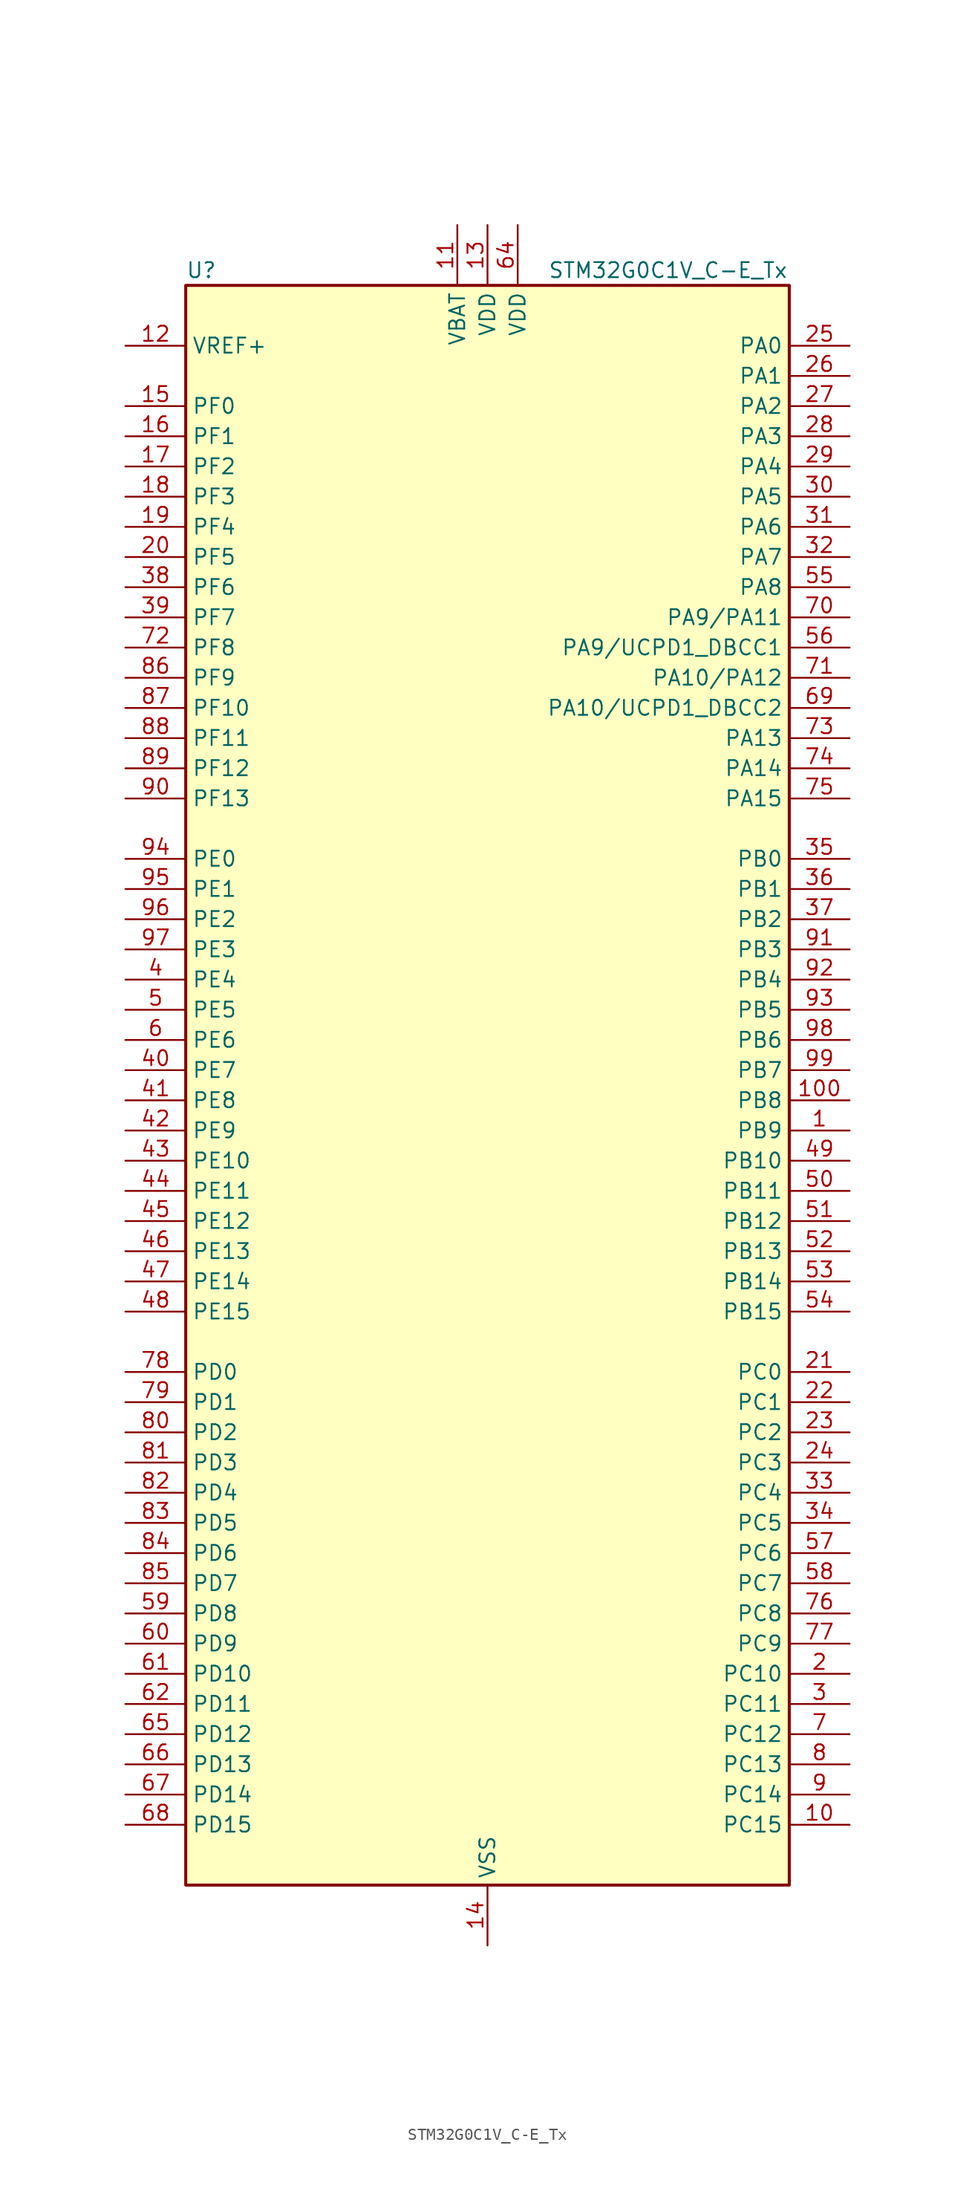
<source format=kicad_sym>
(kicad_symbol_lib
  (version 20241209)
  (generator "kicad_symbol_editor")
  (generator_version "9.0")
  (symbol "STM32G0C1V_C-E_Tx"
    (property "Reference" "U"
      (at -25.4 69.85 0)
      (effects (font (size 1.27 1.27)) (justify left)))
    (property "Value" "STM32G0C1V_C-E_Tx"
      (at 5.08 69.85 0)
      (effects (font (size 1.27 1.27)) (justify left)))
    (symbol "STM32G0C1V_C-E_Tx_0_1"
      (rectangle (start -25.4 -66.04) (end 25.4 68.58) (stroke (width 0.254) (type default)) (fill (type background))))
    (symbol "STM32G0C1V_C-E_Tx_1_1"
      (pin input line (at -30.48 63.5 0) (length 5.08) (name "VREF+" (effects (font (size 1.27 1.27)))) (number "12" (effects (font (size 1.27 1.27)))) (alternate "VREFBUF_OUT" bidirectional line))
      (pin bidirectional line (at -30.48 58.42 0) (length 5.08) (name "PF0" (effects (font (size 1.27 1.27)))) (number "15" (effects (font (size 1.27 1.27)))) (alternate "CRS1_SYNC" bidirectional line) (alternate "RCC_OSC_IN" bidirectional line) (alternate "TIM14_CH1" bidirectional line))
      (pin bidirectional line (at -30.48 55.88 0) (length 5.08) (name "PF1" (effects (font (size 1.27 1.27)))) (number "16" (effects (font (size 1.27 1.27)))) (alternate "RCC_OSC_EN" bidirectional line) (alternate "RCC_OSC_OUT" bidirectional line) (alternate "TIM15_CH1N" bidirectional line))
      (pin bidirectional line (at -30.48 53.34 0) (length 5.08) (name "PF2" (effects (font (size 1.27 1.27)))) (number "17" (effects (font (size 1.27 1.27)))) (alternate "LPUART2_DE" bidirectional line) (alternate "LPUART2_RTS" bidirectional line) (alternate "LPUART2_TX" bidirectional line) (alternate "RCC_MCO" bidirectional line))
      (pin bidirectional line (at -30.48 50.8 0) (length 5.08) (name "PF3" (effects (font (size 1.27 1.27)))) (number "18" (effects (font (size 1.27 1.27)))) (alternate "LPUART2_RX" bidirectional line) (alternate "USART6_CK" bidirectional line) (alternate "USART6_DE" bidirectional line) (alternate "USART6_RTS" bidirectional line))
      (pin bidirectional line (at -30.48 48.26 0) (length 5.08) (name "PF4" (effects (font (size 1.27 1.27)))) (number "19" (effects (font (size 1.27 1.27)))) (alternate "LPUART1_TX" bidirectional line))
      (pin bidirectional line (at -30.48 45.72 0) (length 5.08) (name "PF5" (effects (font (size 1.27 1.27)))) (number "20" (effects (font (size 1.27 1.27)))) (alternate "LPUART1_RX" bidirectional line))
      (pin bidirectional line (at -30.48 43.18 0) (length 5.08) (name "PF6" (effects (font (size 1.27 1.27)))) (number "38" (effects (font (size 1.27 1.27)))) (alternate "LPUART1_DE" bidirectional line) (alternate "LPUART1_RTS" bidirectional line))
      (pin bidirectional line (at -30.48 40.64 0) (length 5.08) (name "PF7" (effects (font (size 1.27 1.27)))) (number "39" (effects (font (size 1.27 1.27)))) (alternate "LPUART1_CTS" bidirectional line) (alternate "USART5_CTS" bidirectional line) (alternate "USART5_NSS" bidirectional line))
      (pin bidirectional line (at -30.48 38.1 0) (length 5.08) (name "PF8" (effects (font (size 1.27 1.27)))) (number "72" (effects (font (size 1.27 1.27)))))
      (pin bidirectional line (at -30.48 35.56 0) (length 5.08) (name "PF9" (effects (font (size 1.27 1.27)))) (number "86" (effects (font (size 1.27 1.27)))) (alternate "DAC1_EXTI9" bidirectional line) (alternate "USART6_TX" bidirectional line))
      (pin bidirectional line (at -30.48 33.02 0) (length 5.08) (name "PF10" (effects (font (size 1.27 1.27)))) (number "87" (effects (font (size 1.27 1.27)))) (alternate "USART6_RX" bidirectional line))
      (pin bidirectional line (at -30.48 30.48 0) (length 5.08) (name "PF11" (effects (font (size 1.27 1.27)))) (number "88" (effects (font (size 1.27 1.27)))) (alternate "ADC1_EXTI11" bidirectional line) (alternate "USART6_CK" bidirectional line) (alternate "USART6_DE" bidirectional line) (alternate "USART6_RTS" bidirectional line))
      (pin bidirectional line (at -30.48 27.94 0) (length 5.08) (name "PF12" (effects (font (size 1.27 1.27)))) (number "89" (effects (font (size 1.27 1.27)))) (alternate "TIM15_CH1" bidirectional line) (alternate "USART6_CTS" bidirectional line) (alternate "USART6_NSS" bidirectional line))
      (pin bidirectional line (at -30.48 25.4 0) (length 5.08) (name "PF13" (effects (font (size 1.27 1.27)))) (number "90" (effects (font (size 1.27 1.27)))) (alternate "TIM15_CH2" bidirectional line))
      (pin bidirectional line (at -30.48 20.32 0) (length 5.08) (name "PE0" (effects (font (size 1.27 1.27)))) (number "94" (effects (font (size 1.27 1.27)))) (alternate "TIM16_CH1" bidirectional line) (alternate "TIM4_ETR" bidirectional line))
      (pin bidirectional line (at -30.48 17.78 0) (length 5.08) (name "PE1" (effects (font (size 1.27 1.27)))) (number "95" (effects (font (size 1.27 1.27)))) (alternate "TIM17_CH1" bidirectional line))
      (pin bidirectional line (at -30.48 15.24 0) (length 5.08) (name "PE2" (effects (font (size 1.27 1.27)))) (number "96" (effects (font (size 1.27 1.27)))) (alternate "TIM3_ETR" bidirectional line))
      (pin bidirectional line (at -30.48 12.7 0) (length 5.08) (name "PE3" (effects (font (size 1.27 1.27)))) (number "97" (effects (font (size 1.27 1.27)))) (alternate "TIM3_CH1" bidirectional line))
      (pin bidirectional line (at -30.48 10.16 0) (length 5.08) (name "PE4" (effects (font (size 1.27 1.27)))) (number "4" (effects (font (size 1.27 1.27)))) (alternate "TIM3_CH2" bidirectional line))
      (pin bidirectional line (at -30.48 7.62 0) (length 5.08) (name "PE5" (effects (font (size 1.27 1.27)))) (number "5" (effects (font (size 1.27 1.27)))) (alternate "TIM3_CH3" bidirectional line))
      (pin bidirectional line (at -30.48 5.08 0) (length 5.08) (name "PE6" (effects (font (size 1.27 1.27)))) (number "6" (effects (font (size 1.27 1.27)))) (alternate "RTC_TAMP_IN3" bidirectional line) (alternate "SYS_WKUP3" bidirectional line) (alternate "TIM3_CH4" bidirectional line))
      (pin bidirectional line (at -30.48 2.54 0) (length 5.08) (name "PE7" (effects (font (size 1.27 1.27)))) (number "40" (effects (font (size 1.27 1.27)))) (alternate "COMP3_INP" bidirectional line) (alternate "TIM1_ETR" bidirectional line) (alternate "USART5_CK" bidirectional line) (alternate "USART5_DE" bidirectional line) (alternate "USART5_RTS" bidirectional line))
      (pin bidirectional line (at -30.48 0 0) (length 5.08) (name "PE8" (effects (font (size 1.27 1.27)))) (number "41" (effects (font (size 1.27 1.27)))) (alternate "COMP3_INM" bidirectional line) (alternate "TIM1_CH1N" bidirectional line) (alternate "USART4_TX" bidirectional line))
      (pin bidirectional line (at -30.48 -2.54 0) (length 5.08) (name "PE9" (effects (font (size 1.27 1.27)))) (number "42" (effects (font (size 1.27 1.27)))) (alternate "DAC1_EXTI9" bidirectional line) (alternate "TIM1_CH1" bidirectional line) (alternate "USART4_RX" bidirectional line))
      (pin bidirectional line (at -30.48 -5.08 0) (length 5.08) (name "PE10" (effects (font (size 1.27 1.27)))) (number "43" (effects (font (size 1.27 1.27)))) (alternate "TIM1_CH2N" bidirectional line) (alternate "USART5_TX" bidirectional line))
      (pin bidirectional line (at -30.48 -7.62 0) (length 5.08) (name "PE11" (effects (font (size 1.27 1.27)))) (number "44" (effects (font (size 1.27 1.27)))) (alternate "ADC1_EXTI11" bidirectional line) (alternate "TIM1_CH2" bidirectional line) (alternate "USART5_RX" bidirectional line))
      (pin bidirectional line (at -30.48 -10.16 0) (length 5.08) (name "PE12" (effects (font (size 1.27 1.27)))) (number "45" (effects (font (size 1.27 1.27)))) (alternate "I2S1_WS" bidirectional line) (alternate "SPI1_NSS" bidirectional line) (alternate "TIM1_CH3N" bidirectional line))
      (pin bidirectional line (at -30.48 -12.7 0) (length 5.08) (name "PE13" (effects (font (size 1.27 1.27)))) (number "46" (effects (font (size 1.27 1.27)))) (alternate "I2S1_CK" bidirectional line) (alternate "SPI1_SCK" bidirectional line) (alternate "TIM1_CH3" bidirectional line))
      (pin bidirectional line (at -30.48 -15.24 0) (length 5.08) (name "PE14" (effects (font (size 1.27 1.27)))) (number "47" (effects (font (size 1.27 1.27)))) (alternate "I2S1_MCK" bidirectional line) (alternate "SPI1_MISO" bidirectional line) (alternate "TIM1_BK2" bidirectional line) (alternate "TIM1_CH4" bidirectional line))
      (pin bidirectional line (at -30.48 -17.78 0) (length 5.08) (name "PE15" (effects (font (size 1.27 1.27)))) (number "48" (effects (font (size 1.27 1.27)))) (alternate "I2S1_SD" bidirectional line) (alternate "SPI1_MOSI" bidirectional line) (alternate "TIM1_BK" bidirectional line))
      (pin bidirectional line (at -30.48 -22.86 0) (length 5.08) (name "PD0" (effects (font (size 1.27 1.27)))) (number "78" (effects (font (size 1.27 1.27)))) (alternate "FDCAN1_RX" bidirectional line) (alternate "I2S2_WS" bidirectional line) (alternate "SPI2_NSS" bidirectional line) (alternate "TIM16_CH1" bidirectional line) (alternate "UCPD2_CC1" bidirectional line))
      (pin bidirectional line (at -30.48 -25.4 0) (length 5.08) (name "PD1" (effects (font (size 1.27 1.27)))) (number "79" (effects (font (size 1.27 1.27)))) (alternate "FDCAN1_TX" bidirectional line) (alternate "I2S2_CK" bidirectional line) (alternate "SPI2_SCK" bidirectional line) (alternate "TIM17_CH1" bidirectional line) (alternate "UCPD2_DBCC1" bidirectional line))
      (pin bidirectional line (at -30.48 -27.94 0) (length 5.08) (name "PD2" (effects (font (size 1.27 1.27)))) (number "80" (effects (font (size 1.27 1.27)))) (alternate "TIM1_CH1N" bidirectional line) (alternate "TIM3_ETR" bidirectional line) (alternate "UCPD2_CC2" bidirectional line) (alternate "USART3_CK" bidirectional line) (alternate "USART3_DE" bidirectional line) (alternate "USART3_RTS" bidirectional line) (alternate "USART5_RX" bidirectional line))
      (pin bidirectional line (at -30.48 -30.48 0) (length 5.08) (name "PD3" (effects (font (size 1.27 1.27)))) (number "81" (effects (font (size 1.27 1.27)))) (alternate "I2S2_MCK" bidirectional line) (alternate "SPI2_MISO" bidirectional line) (alternate "TIM1_CH2N" bidirectional line) (alternate "UCPD2_DBCC2" bidirectional line) (alternate "USART2_CTS" bidirectional line) (alternate "USART2_NSS" bidirectional line) (alternate "USART5_TX" bidirectional line))
      (pin bidirectional line (at -30.48 -33.02 0) (length 5.08) (name "PD4" (effects (font (size 1.27 1.27)))) (number "82" (effects (font (size 1.27 1.27)))) (alternate "I2S2_SD" bidirectional line) (alternate "SPI2_MOSI" bidirectional line) (alternate "TIM1_CH3N" bidirectional line) (alternate "USART2_CK" bidirectional line) (alternate "USART2_DE" bidirectional line) (alternate "USART2_RTS" bidirectional line) (alternate "USART5_CK" bidirectional line) (alternate "USART5_DE" bidirectional line) (alternate "USART5_RTS" bidirectional line))
      (pin bidirectional line (at -30.48 -35.56 0) (length 5.08) (name "PD5" (effects (font (size 1.27 1.27)))) (number "83" (effects (font (size 1.27 1.27)))) (alternate "I2S1_MCK" bidirectional line) (alternate "SPI1_MISO" bidirectional line) (alternate "TIM1_BK" bidirectional line) (alternate "USART2_TX" bidirectional line) (alternate "USART5_CTS" bidirectional line) (alternate "USART5_NSS" bidirectional line))
      (pin bidirectional line (at -30.48 -38.1 0) (length 5.08) (name "PD6" (effects (font (size 1.27 1.27)))) (number "84" (effects (font (size 1.27 1.27)))) (alternate "I2S1_SD" bidirectional line) (alternate "LPTIM2_OUT" bidirectional line) (alternate "SPI1_MOSI" bidirectional line) (alternate "USART2_RX" bidirectional line))
      (pin bidirectional line (at -30.48 -40.64 0) (length 5.08) (name "PD7" (effects (font (size 1.27 1.27)))) (number "85" (effects (font (size 1.27 1.27)))) (alternate "RCC_MCO_2" bidirectional line))
      (pin bidirectional line (at -30.48 -43.18 0) (length 5.08) (name "PD8" (effects (font (size 1.27 1.27)))) (number "59" (effects (font (size 1.27 1.27)))) (alternate "I2S1_CK" bidirectional line) (alternate "LPTIM1_OUT" bidirectional line) (alternate "SPI1_SCK" bidirectional line) (alternate "USART3_TX" bidirectional line))
      (pin bidirectional line (at -30.48 -45.72 0) (length 5.08) (name "PD9" (effects (font (size 1.27 1.27)))) (number "60" (effects (font (size 1.27 1.27)))) (alternate "DAC1_EXTI9" bidirectional line) (alternate "I2S1_WS" bidirectional line) (alternate "SPI1_NSS" bidirectional line) (alternate "TIM1_BK2" bidirectional line) (alternate "USART3_RX" bidirectional line))
      (pin bidirectional line (at -30.48 -48.26 0) (length 5.08) (name "PD10" (effects (font (size 1.27 1.27)))) (number "61" (effects (font (size 1.27 1.27)))) (alternate "RCC_MCO" bidirectional line))
      (pin bidirectional line (at -30.48 -50.8 0) (length 5.08) (name "PD11" (effects (font (size 1.27 1.27)))) (number "62" (effects (font (size 1.27 1.27)))) (alternate "ADC1_EXTI11" bidirectional line) (alternate "LPTIM2_ETR" bidirectional line) (alternate "USART3_CTS" bidirectional line) (alternate "USART3_NSS" bidirectional line))
      (pin bidirectional line (at -30.48 -53.34 0) (length 5.08) (name "PD12" (effects (font (size 1.27 1.27)))) (number "65" (effects (font (size 1.27 1.27)))) (alternate "FDCAN1_RX" bidirectional line) (alternate "LPTIM2_IN1" bidirectional line) (alternate "TIM4_CH1" bidirectional line) (alternate "USART3_CK" bidirectional line) (alternate "USART3_DE" bidirectional line) (alternate "USART3_RTS" bidirectional line))
      (pin bidirectional line (at -30.48 -55.88 0) (length 5.08) (name "PD13" (effects (font (size 1.27 1.27)))) (number "66" (effects (font (size 1.27 1.27)))) (alternate "FDCAN1_TX" bidirectional line) (alternate "LPTIM2_OUT" bidirectional line) (alternate "TIM4_CH2" bidirectional line))
      (pin bidirectional line (at -30.48 -58.42 0) (length 5.08) (name "PD14" (effects (font (size 1.27 1.27)))) (number "67" (effects (font (size 1.27 1.27)))) (alternate "FDCAN2_RX" bidirectional line) (alternate "LPUART2_CTS" bidirectional line) (alternate "TIM4_CH3" bidirectional line))
      (pin bidirectional line (at -30.48 -60.96 0) (length 5.08) (name "PD15" (effects (font (size 1.27 1.27)))) (number "68" (effects (font (size 1.27 1.27)))) (alternate "CRS1_SYNC" bidirectional line) (alternate "FDCAN2_TX" bidirectional line) (alternate "LPUART2_DE" bidirectional line) (alternate "LPUART2_RTS" bidirectional line) (alternate "TIM4_CH4" bidirectional line))
      (pin power_in line (at -2.54 73.66 270) (length 5.08) (name "VBAT" (effects (font (size 1.27 1.27)))) (number "11" (effects (font (size 1.27 1.27)))))
      (pin power_in line (at 0 73.66 270) (length 5.08) (name "VDD" (effects (font (size 1.27 1.27)))) (number "13" (effects (font (size 1.27 1.27)))))
      (pin power_in line (at 0 -71.12 90) (length 5.08) (name "VSS" (effects (font (size 1.27 1.27)))) (number "14" (effects (font (size 1.27 1.27)))))
      (pin passive line (at 0 -71.12 90) (length 5.08) (hide yes) (name "VSS" (effects (font (size 1.27 1.27)))) (number "63" (effects (font (size 1.27 1.27)))))
      (pin power_in line (at 2.54 73.66 270) (length 5.08) (name "VDD" (effects (font (size 1.27 1.27)))) (number "64" (effects (font (size 1.27 1.27)))))
      (pin bidirectional line (at 30.48 63.5 180) (length 5.08) (name "PA0" (effects (font (size 1.27 1.27)))) (number "25" (effects (font (size 1.27 1.27)))) (alternate "ADC1_IN0" bidirectional line) (alternate "COMP1_INM" bidirectional line) (alternate "COMP1_OUT" bidirectional line) (alternate "I2S2_CK" bidirectional line) (alternate "LPTIM1_OUT" bidirectional line) (alternate "RTC_TAMP_IN2" bidirectional line) (alternate "SPI2_SCK" bidirectional line) (alternate "SYS_WKUP1" bidirectional line) (alternate "TIM2_CH1" bidirectional line) (alternate "TIM2_ETR" bidirectional line) (alternate "UCPD2_FRSTX1" bidirectional line) (alternate "UCPD2_FRSTX2" bidirectional line) (alternate "USART2_CTS" bidirectional line) (alternate "USART2_NSS" bidirectional line) (alternate "USART4_TX" bidirectional line))
      (pin bidirectional line (at 30.48 60.96 180) (length 5.08) (name "PA1" (effects (font (size 1.27 1.27)))) (number "26" (effects (font (size 1.27 1.27)))) (alternate "ADC1_IN1" bidirectional line) (alternate "COMP1_INP" bidirectional line) (alternate "I2C1_SMBA" bidirectional line) (alternate "I2S1_CK" bidirectional line) (alternate "SPI1_SCK" bidirectional line) (alternate "TIM15_CH1N" bidirectional line) (alternate "TIM2_CH2" bidirectional line) (alternate "USART2_CK" bidirectional line) (alternate "USART2_DE" bidirectional line) (alternate "USART2_RTS" bidirectional line) (alternate "USART4_RX" bidirectional line))
      (pin bidirectional line (at 30.48 58.42 180) (length 5.08) (name "PA2" (effects (font (size 1.27 1.27)))) (number "27" (effects (font (size 1.27 1.27)))) (alternate "ADC1_IN2" bidirectional line) (alternate "COMP2_INM" bidirectional line) (alternate "COMP2_OUT" bidirectional line) (alternate "I2S1_SD" bidirectional line) (alternate "LPUART1_TX" bidirectional line) (alternate "RCC_LSCO" bidirectional line) (alternate "SPI1_MOSI" bidirectional line) (alternate "SYS_WKUP4" bidirectional line) (alternate "TIM15_CH1" bidirectional line) (alternate "TIM2_CH3" bidirectional line) (alternate "UCPD1_FRSTX1" bidirectional line) (alternate "UCPD1_FRSTX2" bidirectional line) (alternate "USART2_TX" bidirectional line))
      (pin bidirectional line (at 30.48 55.88 180) (length 5.08) (name "PA3" (effects (font (size 1.27 1.27)))) (number "28" (effects (font (size 1.27 1.27)))) (alternate "ADC1_IN3" bidirectional line) (alternate "COMP2_INP" bidirectional line) (alternate "I2S2_MCK" bidirectional line) (alternate "LPUART1_RX" bidirectional line) (alternate "SPI2_MISO" bidirectional line) (alternate "TIM15_CH2" bidirectional line) (alternate "TIM2_CH4" bidirectional line) (alternate "UCPD2_FRSTX1" bidirectional line) (alternate "UCPD2_FRSTX2" bidirectional line) (alternate "USART2_RX" bidirectional line))
      (pin bidirectional line (at 30.48 53.34 180) (length 5.08) (name "PA4" (effects (font (size 1.27 1.27)))) (number "29" (effects (font (size 1.27 1.27)))) (alternate "ADC1_IN4" bidirectional line) (alternate "DAC1_OUT1" bidirectional line) (alternate "I2S1_WS" bidirectional line) (alternate "I2S2_SD" bidirectional line) (alternate "LPTIM2_OUT" bidirectional line) (alternate "RTC_OUT2" bidirectional line) (alternate "SPI1_NSS" bidirectional line) (alternate "SPI2_MOSI" bidirectional line) (alternate "SPI3_NSS" bidirectional line) (alternate "TIM14_CH1" bidirectional line) (alternate "UCPD2_FRSTX1" bidirectional line) (alternate "UCPD2_FRSTX2" bidirectional line) (alternate "USART6_TX" bidirectional line) (alternate "USB_NOE" bidirectional line))
      (pin bidirectional line (at 30.48 50.8 180) (length 5.08) (name "PA5" (effects (font (size 1.27 1.27)))) (number "30" (effects (font (size 1.27 1.27)))) (alternate "ADC1_IN5" bidirectional line) (alternate "CEC" bidirectional line) (alternate "DAC1_OUT2" bidirectional line) (alternate "I2S1_CK" bidirectional line) (alternate "LPTIM2_ETR" bidirectional line) (alternate "SPI1_SCK" bidirectional line) (alternate "TIM2_CH1" bidirectional line) (alternate "TIM2_ETR" bidirectional line) (alternate "UCPD1_FRSTX1" bidirectional line) (alternate "UCPD1_FRSTX2" bidirectional line) (alternate "USART3_TX" bidirectional line) (alternate "USART6_RX" bidirectional line))
      (pin bidirectional line (at 30.48 48.26 180) (length 5.08) (name "PA6" (effects (font (size 1.27 1.27)))) (number "31" (effects (font (size 1.27 1.27)))) (alternate "ADC1_IN6" bidirectional line) (alternate "COMP1_OUT" bidirectional line) (alternate "I2C2_SDA" bidirectional line) (alternate "I2C3_SDA" bidirectional line) (alternate "I2S1_MCK" bidirectional line) (alternate "LPUART1_CTS" bidirectional line) (alternate "SPI1_MISO" bidirectional line) (alternate "TIM16_CH1" bidirectional line) (alternate "TIM1_BK" bidirectional line) (alternate "TIM3_CH1" bidirectional line) (alternate "USART3_CTS" bidirectional line) (alternate "USART3_NSS" bidirectional line) (alternate "USART6_CTS" bidirectional line) (alternate "USART6_NSS" bidirectional line))
      (pin bidirectional line (at 30.48 45.72 180) (length 5.08) (name "PA7" (effects (font (size 1.27 1.27)))) (number "32" (effects (font (size 1.27 1.27)))) (alternate "ADC1_IN7" bidirectional line) (alternate "COMP2_OUT" bidirectional line) (alternate "I2C2_SCL" bidirectional line) (alternate "I2C3_SCL" bidirectional line) (alternate "I2S1_SD" bidirectional line) (alternate "SPI1_MOSI" bidirectional line) (alternate "TIM14_CH1" bidirectional line) (alternate "TIM17_CH1" bidirectional line) (alternate "TIM1_CH1N" bidirectional line) (alternate "TIM3_CH2" bidirectional line) (alternate "UCPD1_FRSTX1" bidirectional line) (alternate "UCPD1_FRSTX2" bidirectional line) (alternate "USART6_CK" bidirectional line) (alternate "USART6_DE" bidirectional line) (alternate "USART6_RTS" bidirectional line))
      (pin bidirectional line (at 30.48 43.18 180) (length 5.08) (name "PA8" (effects (font (size 1.27 1.27)))) (number "55" (effects (font (size 1.27 1.27)))) (alternate "CRS1_SYNC" bidirectional line) (alternate "I2C2_SMBA" bidirectional line) (alternate "I2S2_WS" bidirectional line) (alternate "LPTIM2_OUT" bidirectional line) (alternate "RCC_MCO" bidirectional line) (alternate "SPI2_NSS" bidirectional line) (alternate "TIM1_CH1" bidirectional line) (alternate "UCPD1_CC1" bidirectional line))
      (pin bidirectional line (at 30.48 40.64 180) (length 5.08) (name "PA9/PA11" (effects (font (size 1.27 1.27)))) (number "70" (effects (font (size 1.27 1.27)))) (alternate "ADC1_EXTI11 (PA11)" bidirectional line) (alternate "COMP1_OUT (PA11)" bidirectional line) (alternate "DAC1_EXTI9 (PA9)" bidirectional line) (alternate "FDCAN1_RX (PA11)" bidirectional line) (alternate "I2C1_SCL (PA9)" bidirectional line) (alternate "I2C2_SCL (PA11)" bidirectional line) (alternate "I2C2_SCL (PA9)" bidirectional line) (alternate "I2S1_MCK (PA11)" bidirectional line) (alternate "I2S2_MCK (PA9)" bidirectional line) (alternate "PA11" bidirectional line) (alternate "PA9" bidirectional line) (alternate "RCC_MCO (PA9)" bidirectional line) (alternate "SPI1_MISO (PA11)" bidirectional line) (alternate "SPI2_MISO (PA9)" bidirectional line) (alternate "TIM15_BK (PA9)" bidirectional line) (alternate "TIM1_BK2 (PA11)" bidirectional line) (alternate "TIM1_CH2 (PA9)" bidirectional line) (alternate "TIM1_CH4 (PA11)" bidirectional line) (alternate "UCPD1_DBCC1 (PA9)" bidirectional line) (alternate "USART1_CTS (PA11)" bidirectional line) (alternate "USART1_NSS (PA11)" bidirectional line) (alternate "USART1_TX (PA9)" bidirectional line) (alternate "USB_DM (PA11)" bidirectional line))
      (pin bidirectional line (at 30.48 38.1 180) (length 5.08) (name "PA9/UCPD1_DBCC1" (effects (font (size 1.27 1.27)))) (number "56" (effects (font (size 1.27 1.27)))) (alternate "DAC1_EXTI9 (PA9)" bidirectional line) (alternate "I2C1_SCL (PA9)" bidirectional line) (alternate "I2C2_SCL (PA9)" bidirectional line) (alternate "I2S2_MCK (PA9)" bidirectional line) (alternate "PA9" bidirectional line) (alternate "RCC_MCO (PA9)" bidirectional line) (alternate "SPI2_MISO (PA9)" bidirectional line) (alternate "TIM15_BK (PA9)" bidirectional line) (alternate "TIM1_CH2 (PA9)" bidirectional line) (alternate "UCPD1_DBCC1" bidirectional line) (alternate "UCPD1_DBCC1 (PA9)" bidirectional line) (alternate "UCPD1_DBCC1 (UCPD1_DBCC1)" bidirectional line) (alternate "USART1_TX (PA9)" bidirectional line))
      (pin bidirectional line (at 30.48 35.56 180) (length 5.08) (name "PA10/PA12" (effects (font (size 1.27 1.27)))) (number "71" (effects (font (size 1.27 1.27)))) (alternate "COMP2_OUT (PA12)" bidirectional line) (alternate "FDCAN1_TX (PA12)" bidirectional line) (alternate "I2C1_SDA (PA10)" bidirectional line) (alternate "I2C2_SDA (PA10)" bidirectional line) (alternate "I2C2_SDA (PA12)" bidirectional line) (alternate "I2S1_SD (PA12)" bidirectional line) (alternate "I2S2_SD (PA10)" bidirectional line) (alternate "I2S_CKIN (PA12)" bidirectional line) (alternate "PA10" bidirectional line) (alternate "PA12" bidirectional line) (alternate "RCC_MCO_2 (PA10)" bidirectional line) (alternate "SPI1_MOSI (PA12)" bidirectional line) (alternate "SPI2_MOSI (PA10)" bidirectional line) (alternate "TIM17_BK (PA10)" bidirectional line) (alternate "TIM1_CH3 (PA10)" bidirectional line) (alternate "TIM1_ETR (PA12)" bidirectional line) (alternate "UCPD1_DBCC2 (PA10)" bidirectional line) (alternate "USART1_CK (PA12)" bidirectional line) (alternate "USART1_DE (PA12)" bidirectional line) (alternate "USART1_RTS (PA12)" bidirectional line) (alternate "USART1_RX (PA10)" bidirectional line) (alternate "USB_DP (PA12)" bidirectional line))
      (pin bidirectional line (at 30.48 33.02 180) (length 5.08) (name "PA10/UCPD1_DBCC2" (effects (font (size 1.27 1.27)))) (number "69" (effects (font (size 1.27 1.27)))) (alternate "I2C1_SDA (PA10)" bidirectional line) (alternate "I2C2_SDA (PA10)" bidirectional line) (alternate "I2S2_SD (PA10)" bidirectional line) (alternate "PA10" bidirectional line) (alternate "RCC_MCO_2 (PA10)" bidirectional line) (alternate "SPI2_MOSI (PA10)" bidirectional line) (alternate "TIM17_BK (PA10)" bidirectional line) (alternate "TIM1_CH3 (PA10)" bidirectional line) (alternate "UCPD1_DBCC2" bidirectional line) (alternate "UCPD1_DBCC2 (PA10)" bidirectional line) (alternate "UCPD1_DBCC2 (UCPD1_DBCC2)" bidirectional line) (alternate "USART1_RX (PA10)" bidirectional line))
      (pin bidirectional line (at 30.48 30.48 180) (length 5.08) (name "PA13" (effects (font (size 1.27 1.27)))) (number "73" (effects (font (size 1.27 1.27)))) (alternate "IR_OUT" bidirectional line) (alternate "LPUART2_RX" bidirectional line) (alternate "SYS_SWDIO" bidirectional line) (alternate "USB_NOE" bidirectional line))
      (pin bidirectional line (at 30.48 27.94 180) (length 5.08) (name "PA14" (effects (font (size 1.27 1.27)))) (number "74" (effects (font (size 1.27 1.27)))) (alternate "LPUART2_TX" bidirectional line) (alternate "SYS_SWCLK" bidirectional line) (alternate "USART2_TX" bidirectional line))
      (pin bidirectional line (at 30.48 25.4 180) (length 5.08) (name "PA15" (effects (font (size 1.27 1.27)))) (number "75" (effects (font (size 1.27 1.27)))) (alternate "I2C2_SMBA" bidirectional line) (alternate "I2S1_WS" bidirectional line) (alternate "RCC_MCO_2" bidirectional line) (alternate "SPI1_NSS" bidirectional line) (alternate "SPI3_NSS" bidirectional line) (alternate "TIM2_CH1" bidirectional line) (alternate "TIM2_ETR" bidirectional line) (alternate "USART2_RX" bidirectional line) (alternate "USART3_CK" bidirectional line) (alternate "USART3_DE" bidirectional line) (alternate "USART3_RTS" bidirectional line) (alternate "USART4_CK" bidirectional line) (alternate "USART4_DE" bidirectional line) (alternate "USART4_RTS" bidirectional line) (alternate "USB_NOE" bidirectional line))
      (pin bidirectional line (at 30.48 20.32 180) (length 5.08) (name "PB0" (effects (font (size 1.27 1.27)))) (number "35" (effects (font (size 1.27 1.27)))) (alternate "ADC1_IN8" bidirectional line) (alternate "COMP1_OUT" bidirectional line) (alternate "COMP3_INP" bidirectional line) (alternate "FDCAN2_RX" bidirectional line) (alternate "I2S1_WS" bidirectional line) (alternate "LPTIM1_OUT" bidirectional line) (alternate "LPUART2_CTS" bidirectional line) (alternate "SPI1_NSS" bidirectional line) (alternate "TIM1_CH2N" bidirectional line) (alternate "TIM3_CH3" bidirectional line) (alternate "UCPD1_FRSTX1" bidirectional line) (alternate "UCPD1_FRSTX2" bidirectional line) (alternate "USART3_RX" bidirectional line) (alternate "USART5_TX" bidirectional line))
      (pin bidirectional line (at 30.48 17.78 180) (length 5.08) (name "PB1" (effects (font (size 1.27 1.27)))) (number "36" (effects (font (size 1.27 1.27)))) (alternate "ADC1_IN9" bidirectional line) (alternate "COMP1_INM" bidirectional line) (alternate "COMP3_OUT" bidirectional line) (alternate "FDCAN2_TX" bidirectional line) (alternate "LPTIM2_IN1" bidirectional line) (alternate "LPUART1_DE" bidirectional line) (alternate "LPUART1_RTS" bidirectional line) (alternate "LPUART2_DE" bidirectional line) (alternate "LPUART2_RTS" bidirectional line) (alternate "TIM14_CH1" bidirectional line) (alternate "TIM1_CH3N" bidirectional line) (alternate "TIM3_CH4" bidirectional line) (alternate "USART3_CK" bidirectional line) (alternate "USART3_DE" bidirectional line) (alternate "USART3_RTS" bidirectional line) (alternate "USART5_RX" bidirectional line))
      (pin bidirectional line (at 30.48 15.24 180) (length 5.08) (name "PB2" (effects (font (size 1.27 1.27)))) (number "37" (effects (font (size 1.27 1.27)))) (alternate "ADC1_IN10" bidirectional line) (alternate "COMP1_INP" bidirectional line) (alternate "COMP3_INM" bidirectional line) (alternate "I2S2_MCK" bidirectional line) (alternate "LPTIM1_OUT" bidirectional line) (alternate "RCC_MCO_2" bidirectional line) (alternate "SPI2_MISO" bidirectional line) (alternate "USART3_TX" bidirectional line))
      (pin bidirectional line (at 30.48 12.7 180) (length 5.08) (name "PB3" (effects (font (size 1.27 1.27)))) (number "91" (effects (font (size 1.27 1.27)))) (alternate "COMP2_INM" bidirectional line) (alternate "I2C2_SCL" bidirectional line) (alternate "I2C3_SCL" bidirectional line) (alternate "I2S1_CK" bidirectional line) (alternate "SPI1_SCK" bidirectional line) (alternate "SPI3_SCK" bidirectional line) (alternate "TIM1_CH2" bidirectional line) (alternate "TIM2_CH2" bidirectional line) (alternate "USART1_CK" bidirectional line) (alternate "USART1_DE" bidirectional line) (alternate "USART1_RTS" bidirectional line) (alternate "USART5_TX" bidirectional line))
      (pin bidirectional line (at 30.48 10.16 180) (length 5.08) (name "PB4" (effects (font (size 1.27 1.27)))) (number "92" (effects (font (size 1.27 1.27)))) (alternate "COMP2_INP" bidirectional line) (alternate "I2C2_SDA" bidirectional line) (alternate "I2C3_SDA" bidirectional line) (alternate "I2S1_MCK" bidirectional line) (alternate "SPI1_MISO" bidirectional line) (alternate "SPI3_MISO" bidirectional line) (alternate "TIM17_BK" bidirectional line) (alternate "TIM3_CH1" bidirectional line) (alternate "USART1_CTS" bidirectional line) (alternate "USART1_NSS" bidirectional line) (alternate "USART5_RX" bidirectional line))
      (pin bidirectional line (at 30.48 7.62 180) (length 5.08) (name "PB5" (effects (font (size 1.27 1.27)))) (number "93" (effects (font (size 1.27 1.27)))) (alternate "COMP2_OUT" bidirectional line) (alternate "FDCAN2_RX" bidirectional line) (alternate "I2C1_SMBA" bidirectional line) (alternate "I2S1_SD" bidirectional line) (alternate "LPTIM1_IN1" bidirectional line) (alternate "SPI1_MOSI" bidirectional line) (alternate "SPI3_MOSI" bidirectional line) (alternate "SYS_WKUP6" bidirectional line) (alternate "TIM16_BK" bidirectional line) (alternate "TIM3_CH2" bidirectional line) (alternate "USART5_CK" bidirectional line) (alternate "USART5_DE" bidirectional line) (alternate "USART5_RTS" bidirectional line))
      (pin bidirectional line (at 30.48 5.08 180) (length 5.08) (name "PB6" (effects (font (size 1.27 1.27)))) (number "98" (effects (font (size 1.27 1.27)))) (alternate "COMP2_INP" bidirectional line) (alternate "FDCAN2_TX" bidirectional line) (alternate "I2C1_SCL" bidirectional line) (alternate "I2S2_MCK" bidirectional line) (alternate "LPTIM1_ETR" bidirectional line) (alternate "LPUART2_TX" bidirectional line) (alternate "SPI2_MISO" bidirectional line) (alternate "TIM16_CH1N" bidirectional line) (alternate "TIM1_CH3" bidirectional line) (alternate "TIM4_CH1" bidirectional line) (alternate "USART1_TX" bidirectional line) (alternate "USART5_CTS" bidirectional line) (alternate "USART5_NSS" bidirectional line))
      (pin bidirectional line (at 30.48 2.54 180) (length 5.08) (name "PB7" (effects (font (size 1.27 1.27)))) (number "99" (effects (font (size 1.27 1.27)))) (alternate "COMP2_INM" bidirectional line) (alternate "I2C1_SDA" bidirectional line) (alternate "I2S2_SD" bidirectional line) (alternate "LPTIM1_IN2" bidirectional line) (alternate "LPUART2_RX" bidirectional line) (alternate "SPI2_MOSI" bidirectional line) (alternate "SYS_PVD_IN" bidirectional line) (alternate "TIM17_CH1N" bidirectional line) (alternate "TIM4_CH2" bidirectional line) (alternate "USART1_RX" bidirectional line) (alternate "USART4_CTS" bidirectional line) (alternate "USART4_NSS" bidirectional line))
      (pin bidirectional line (at 30.48 0 180) (length 5.08) (name "PB8" (effects (font (size 1.27 1.27)))) (number "100" (effects (font (size 1.27 1.27)))) (alternate "CEC" bidirectional line) (alternate "FDCAN1_RX" bidirectional line) (alternate "I2C1_SCL" bidirectional line) (alternate "I2S2_CK" bidirectional line) (alternate "SPI2_SCK" bidirectional line) (alternate "TIM15_BK" bidirectional line) (alternate "TIM16_CH1" bidirectional line) (alternate "TIM4_CH3" bidirectional line) (alternate "USART3_TX" bidirectional line) (alternate "USART6_TX" bidirectional line))
      (pin bidirectional line (at 30.48 -2.54 180) (length 5.08) (name "PB9" (effects (font (size 1.27 1.27)))) (number "1" (effects (font (size 1.27 1.27)))) (alternate "DAC1_EXTI9" bidirectional line) (alternate "FDCAN1_TX" bidirectional line) (alternate "I2C1_SDA" bidirectional line) (alternate "I2S2_WS" bidirectional line) (alternate "IR_OUT" bidirectional line) (alternate "SPI2_NSS" bidirectional line) (alternate "TIM17_CH1" bidirectional line) (alternate "TIM4_CH4" bidirectional line) (alternate "UCPD2_FRSTX1" bidirectional line) (alternate "UCPD2_FRSTX2" bidirectional line) (alternate "USART3_RX" bidirectional line) (alternate "USART6_RX" bidirectional line))
      (pin bidirectional line (at 30.48 -5.08 180) (length 5.08) (name "PB10" (effects (font (size 1.27 1.27)))) (number "49" (effects (font (size 1.27 1.27)))) (alternate "ADC1_IN11" bidirectional line) (alternate "CEC" bidirectional line) (alternate "COMP1_OUT" bidirectional line) (alternate "I2C2_SCL" bidirectional line) (alternate "I2S2_CK" bidirectional line) (alternate "LPUART1_RX" bidirectional line) (alternate "SPI2_SCK" bidirectional line) (alternate "TIM2_CH3" bidirectional line) (alternate "USART3_TX" bidirectional line))
      (pin bidirectional line (at 30.48 -7.62 180) (length 5.08) (name "PB11" (effects (font (size 1.27 1.27)))) (number "50" (effects (font (size 1.27 1.27)))) (alternate "ADC1_EXTI11" bidirectional line) (alternate "ADC1_IN15" bidirectional line) (alternate "COMP2_OUT" bidirectional line) (alternate "I2C2_SDA" bidirectional line) (alternate "I2S2_SD" bidirectional line) (alternate "LPUART1_TX" bidirectional line) (alternate "SPI2_MOSI" bidirectional line) (alternate "TIM2_CH4" bidirectional line) (alternate "USART3_RX" bidirectional line))
      (pin bidirectional line (at 30.48 -10.16 180) (length 5.08) (name "PB12" (effects (font (size 1.27 1.27)))) (number "51" (effects (font (size 1.27 1.27)))) (alternate "ADC1_IN16" bidirectional line) (alternate "FDCAN2_RX" bidirectional line) (alternate "I2C2_SMBA" bidirectional line) (alternate "I2S2_WS" bidirectional line) (alternate "LPUART1_DE" bidirectional line) (alternate "LPUART1_RTS" bidirectional line) (alternate "SPI2_NSS" bidirectional line) (alternate "TIM15_BK" bidirectional line) (alternate "TIM1_BK" bidirectional line) (alternate "UCPD2_FRSTX1" bidirectional line) (alternate "UCPD2_FRSTX2" bidirectional line))
      (pin bidirectional line (at 30.48 -12.7 180) (length 5.08) (name "PB13" (effects (font (size 1.27 1.27)))) (number "52" (effects (font (size 1.27 1.27)))) (alternate "FDCAN2_TX" bidirectional line) (alternate "I2C2_SCL" bidirectional line) (alternate "I2S2_CK" bidirectional line) (alternate "LPUART1_CTS" bidirectional line) (alternate "SPI2_SCK" bidirectional line) (alternate "TIM15_CH1N" bidirectional line) (alternate "TIM1_CH1N" bidirectional line) (alternate "USART3_CTS" bidirectional line) (alternate "USART3_NSS" bidirectional line))
      (pin bidirectional line (at 30.48 -15.24 180) (length 5.08) (name "PB14" (effects (font (size 1.27 1.27)))) (number "53" (effects (font (size 1.27 1.27)))) (alternate "I2C2_SDA" bidirectional line) (alternate "I2S2_MCK" bidirectional line) (alternate "SPI2_MISO" bidirectional line) (alternate "TIM15_CH1" bidirectional line) (alternate "TIM1_CH2N" bidirectional line) (alternate "UCPD1_FRSTX1" bidirectional line) (alternate "UCPD1_FRSTX2" bidirectional line) (alternate "USART3_CK" bidirectional line) (alternate "USART3_DE" bidirectional line) (alternate "USART3_RTS" bidirectional line) (alternate "USART6_CK" bidirectional line) (alternate "USART6_DE" bidirectional line) (alternate "USART6_RTS" bidirectional line))
      (pin bidirectional line (at 30.48 -17.78 180) (length 5.08) (name "PB15" (effects (font (size 1.27 1.27)))) (number "54" (effects (font (size 1.27 1.27)))) (alternate "I2S2_SD" bidirectional line) (alternate "RTC_REFIN" bidirectional line) (alternate "SPI2_MOSI" bidirectional line) (alternate "TIM15_CH1N" bidirectional line) (alternate "TIM15_CH2" bidirectional line) (alternate "TIM1_CH3N" bidirectional line) (alternate "UCPD1_CC2" bidirectional line) (alternate "USART6_CTS" bidirectional line) (alternate "USART6_NSS" bidirectional line))
      (pin bidirectional line (at 30.48 -22.86 180) (length 5.08) (name "PC0" (effects (font (size 1.27 1.27)))) (number "21" (effects (font (size 1.27 1.27)))) (alternate "COMP3_INM" bidirectional line) (alternate "COMP3_OUT" bidirectional line) (alternate "I2C3_SCL" bidirectional line) (alternate "LPTIM1_IN1" bidirectional line) (alternate "LPTIM2_IN1" bidirectional line) (alternate "LPUART1_RX" bidirectional line) (alternate "LPUART2_TX" bidirectional line) (alternate "USART6_TX" bidirectional line))
      (pin bidirectional line (at 30.48 -25.4 180) (length 5.08) (name "PC1" (effects (font (size 1.27 1.27)))) (number "22" (effects (font (size 1.27 1.27)))) (alternate "COMP3_INP" bidirectional line) (alternate "I2C3_SDA" bidirectional line) (alternate "LPTIM1_OUT" bidirectional line) (alternate "LPUART1_TX" bidirectional line) (alternate "LPUART2_RX" bidirectional line) (alternate "TIM15_CH1" bidirectional line) (alternate "USART6_RX" bidirectional line))
      (pin bidirectional line (at 30.48 -27.94 180) (length 5.08) (name "PC2" (effects (font (size 1.27 1.27)))) (number "23" (effects (font (size 1.27 1.27)))) (alternate "COMP3_OUT" bidirectional line) (alternate "FDCAN2_RX" bidirectional line) (alternate "I2S2_MCK" bidirectional line) (alternate "LPTIM1_IN2" bidirectional line) (alternate "SPI2_MISO" bidirectional line) (alternate "TIM15_CH2" bidirectional line))
      (pin bidirectional line (at 30.48 -30.48 180) (length 5.08) (name "PC3" (effects (font (size 1.27 1.27)))) (number "24" (effects (font (size 1.27 1.27)))) (alternate "FDCAN2_TX" bidirectional line) (alternate "I2S2_SD" bidirectional line) (alternate "LPTIM1_ETR" bidirectional line) (alternate "LPTIM2_ETR" bidirectional line) (alternate "SPI2_MOSI" bidirectional line))
      (pin bidirectional line (at 30.48 -33.02 180) (length 5.08) (name "PC4" (effects (font (size 1.27 1.27)))) (number "33" (effects (font (size 1.27 1.27)))) (alternate "ADC1_IN17" bidirectional line) (alternate "COMP1_INM" bidirectional line) (alternate "FDCAN1_RX" bidirectional line) (alternate "TIM2_CH1" bidirectional line) (alternate "TIM2_ETR" bidirectional line) (alternate "USART1_TX" bidirectional line) (alternate "USART3_TX" bidirectional line))
      (pin bidirectional line (at 30.48 -35.56 180) (length 5.08) (name "PC5" (effects (font (size 1.27 1.27)))) (number "34" (effects (font (size 1.27 1.27)))) (alternate "ADC1_IN18" bidirectional line) (alternate "COMP1_INP" bidirectional line) (alternate "FDCAN1_TX" bidirectional line) (alternate "SYS_WKUP5" bidirectional line) (alternate "TIM2_CH2" bidirectional line) (alternate "USART1_RX" bidirectional line) (alternate "USART3_RX" bidirectional line))
      (pin bidirectional line (at 30.48 -38.1 180) (length 5.08) (name "PC6" (effects (font (size 1.27 1.27)))) (number "57" (effects (font (size 1.27 1.27)))) (alternate "LPUART2_TX" bidirectional line) (alternate "TIM2_CH3" bidirectional line) (alternate "TIM3_CH1" bidirectional line) (alternate "UCPD1_FRSTX1" bidirectional line) (alternate "UCPD1_FRSTX2" bidirectional line))
      (pin bidirectional line (at 30.48 -40.64 180) (length 5.08) (name "PC7" (effects (font (size 1.27 1.27)))) (number "58" (effects (font (size 1.27 1.27)))) (alternate "LPUART2_RX" bidirectional line) (alternate "TIM2_CH4" bidirectional line) (alternate "TIM3_CH2" bidirectional line) (alternate "UCPD2_FRSTX1" bidirectional line) (alternate "UCPD2_FRSTX2" bidirectional line))
      (pin bidirectional line (at 30.48 -43.18 180) (length 5.08) (name "PC8" (effects (font (size 1.27 1.27)))) (number "76" (effects (font (size 1.27 1.27)))) (alternate "LPUART2_CTS" bidirectional line) (alternate "TIM1_CH1" bidirectional line) (alternate "TIM3_CH3" bidirectional line) (alternate "UCPD2_FRSTX1" bidirectional line) (alternate "UCPD2_FRSTX2" bidirectional line))
      (pin bidirectional line (at 30.48 -45.72 180) (length 5.08) (name "PC9" (effects (font (size 1.27 1.27)))) (number "77" (effects (font (size 1.27 1.27)))) (alternate "DAC1_EXTI9" bidirectional line) (alternate "I2S_CKIN" bidirectional line) (alternate "LPUART2_DE" bidirectional line) (alternate "LPUART2_RTS" bidirectional line) (alternate "TIM1_CH2" bidirectional line) (alternate "TIM3_CH4" bidirectional line) (alternate "USB_NOE" bidirectional line))
      (pin bidirectional line (at 30.48 -48.26 180) (length 5.08) (name "PC10" (effects (font (size 1.27 1.27)))) (number "2" (effects (font (size 1.27 1.27)))) (alternate "SPI3_SCK" bidirectional line) (alternate "TIM1_CH3" bidirectional line) (alternate "USART3_TX" bidirectional line) (alternate "USART4_TX" bidirectional line))
      (pin bidirectional line (at 30.48 -50.8 180) (length 5.08) (name "PC11" (effects (font (size 1.27 1.27)))) (number "3" (effects (font (size 1.27 1.27)))) (alternate "ADC1_EXTI11" bidirectional line) (alternate "SPI3_MISO" bidirectional line) (alternate "TIM1_CH4" bidirectional line) (alternate "USART3_RX" bidirectional line) (alternate "USART4_RX" bidirectional line))
      (pin bidirectional line (at 30.48 -53.34 180) (length 5.08) (name "PC12" (effects (font (size 1.27 1.27)))) (number "7" (effects (font (size 1.27 1.27)))) (alternate "LPTIM1_IN1" bidirectional line) (alternate "SPI3_MOSI" bidirectional line) (alternate "TIM14_CH1" bidirectional line) (alternate "UCPD1_FRSTX1" bidirectional line) (alternate "UCPD1_FRSTX2" bidirectional line) (alternate "USART5_TX" bidirectional line))
      (pin bidirectional line (at 30.48 -55.88 180) (length 5.08) (name "PC13" (effects (font (size 1.27 1.27)))) (number "8" (effects (font (size 1.27 1.27)))) (alternate "RTC_OUT1" bidirectional line) (alternate "RTC_TAMP_IN1" bidirectional line) (alternate "RTC_TS" bidirectional line) (alternate "SYS_WKUP2" bidirectional line) (alternate "TIM1_BK" bidirectional line))
      (pin bidirectional line (at 30.48 -58.42 180) (length 5.08) (name "PC14" (effects (font (size 1.27 1.27)))) (number "9" (effects (font (size 1.27 1.27)))) (alternate "RCC_OSC32_IN" bidirectional line) (alternate "TIM1_BK2" bidirectional line))
      (pin bidirectional line (at 30.48 -60.96 180) (length 5.08) (name "PC15" (effects (font (size 1.27 1.27)))) (number "10" (effects (font (size 1.27 1.27)))) (alternate "RCC_OSC32_EN" bidirectional line) (alternate "RCC_OSC32_OUT" bidirectional line) (alternate "RCC_OSC_EN" bidirectional line) (alternate "TIM15_BK" bidirectional line)))))
</source>
